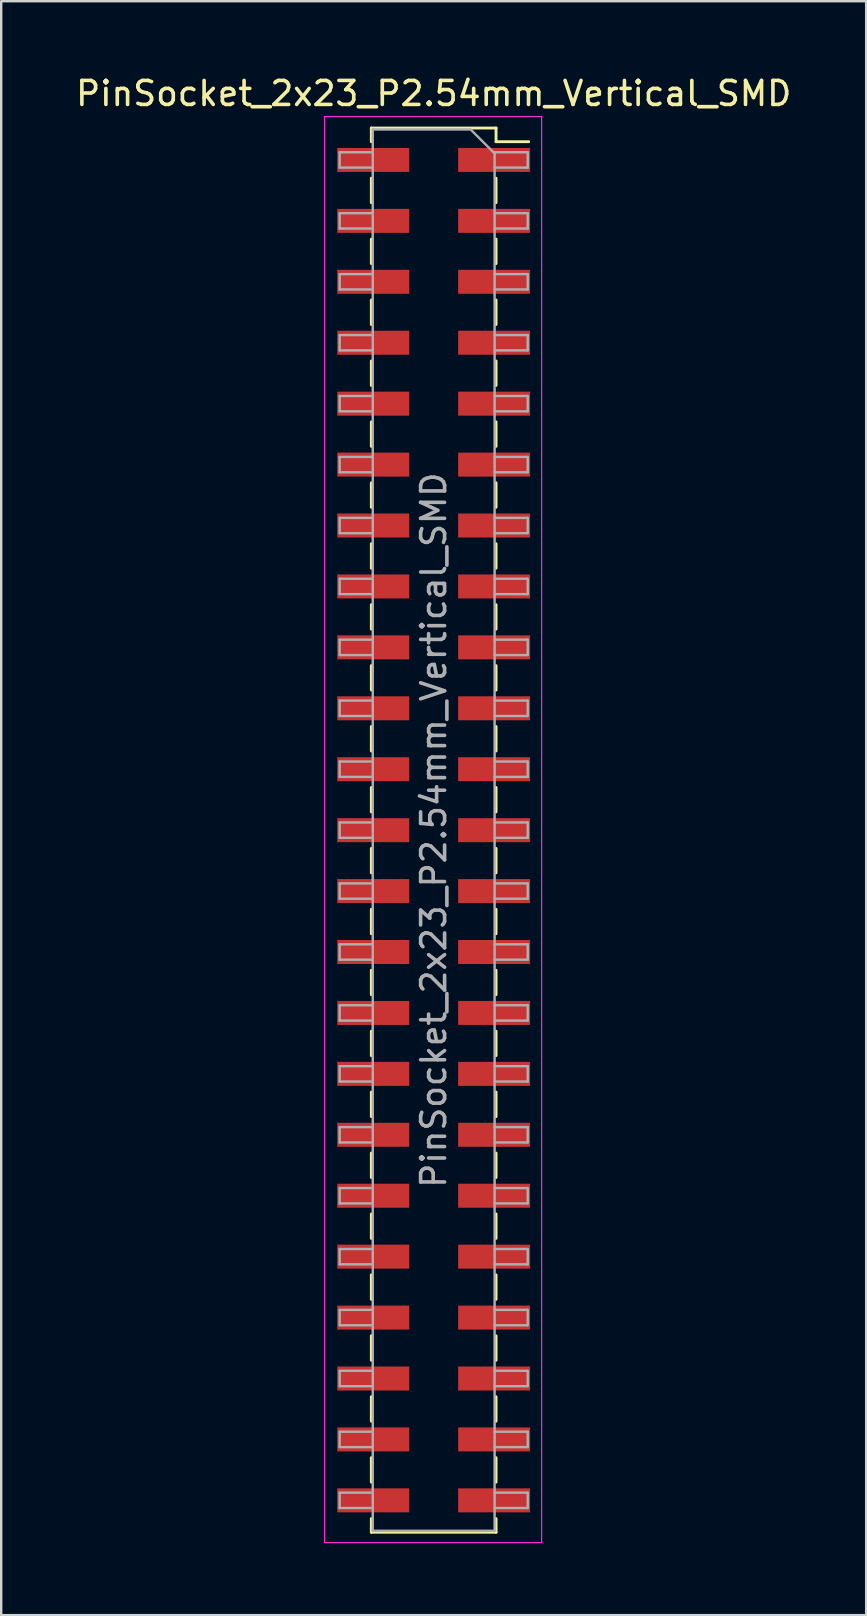
<source format=kicad_pcb>
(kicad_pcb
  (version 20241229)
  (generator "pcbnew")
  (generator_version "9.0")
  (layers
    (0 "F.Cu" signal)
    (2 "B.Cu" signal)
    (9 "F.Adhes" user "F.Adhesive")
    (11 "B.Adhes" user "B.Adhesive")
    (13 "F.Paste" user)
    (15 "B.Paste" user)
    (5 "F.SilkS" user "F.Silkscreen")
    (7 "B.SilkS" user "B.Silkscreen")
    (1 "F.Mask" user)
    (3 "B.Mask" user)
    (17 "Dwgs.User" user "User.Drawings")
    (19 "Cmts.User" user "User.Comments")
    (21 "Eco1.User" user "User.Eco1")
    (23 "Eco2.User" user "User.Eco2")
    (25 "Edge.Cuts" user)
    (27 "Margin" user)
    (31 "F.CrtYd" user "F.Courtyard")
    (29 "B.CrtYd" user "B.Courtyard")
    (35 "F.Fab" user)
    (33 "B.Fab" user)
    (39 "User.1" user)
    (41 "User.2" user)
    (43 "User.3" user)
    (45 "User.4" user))
  (footprint "PinSocket_2x23_P2.54mm_Vertical_SMD"
    (layer "F.Cu")
    (at 15.03 31.558)
    (property "Reference" "PinSocket_2x23_P2.54mm_Vertical_SMD" (at 0 -30.71 0) (layer "F.SilkS") (effects (font (size 1 1) (thickness 0.15))))
    (attr smd)
    (fp_line (start -2.6 -29.27) (end -2.6 -28.7) (stroke (width 0.12) (type solid)) (layer "F.SilkS"))
    (fp_line (start -2.6 -29.27) (end 2.6 -29.27) (stroke (width 0.12) (type solid)) (layer "F.SilkS"))
    (fp_line (start -2.6 -27.18) (end -2.6 -26.16) (stroke (width 0.12) (type solid)) (layer "F.SilkS"))
    (fp_line (start -2.6 -24.64) (end -2.6 -23.62) (stroke (width 0.12) (type solid)) (layer "F.SilkS"))
    (fp_line (start -2.6 -22.1) (end -2.6 -21.08) (stroke (width 0.12) (type solid)) (layer "F.SilkS"))
    (fp_line (start -2.6 -19.56) (end -2.6 -18.54) (stroke (width 0.12) (type solid)) (layer "F.SilkS"))
    (fp_line (start -2.6 -17.02) (end -2.6 -16) (stroke (width 0.12) (type solid)) (layer "F.SilkS"))
    (fp_line (start -2.6 -14.48) (end -2.6 -13.46) (stroke (width 0.12) (type solid)) (layer "F.SilkS"))
    (fp_line (start -2.6 -11.94) (end -2.6 -10.92) (stroke (width 0.12) (type solid)) (layer "F.SilkS"))
    (fp_line (start -2.6 -9.4) (end -2.6 -8.38) (stroke (width 0.12) (type solid)) (layer "F.SilkS"))
    (fp_line (start -2.6 -6.86) (end -2.6 -5.84) (stroke (width 0.12) (type solid)) (layer "F.SilkS"))
    (fp_line (start -2.6 -4.32) (end -2.6 -3.3) (stroke (width 0.12) (type solid)) (layer "F.SilkS"))
    (fp_line (start -2.6 -1.78) (end -2.6 -0.76) (stroke (width 0.12) (type solid)) (layer "F.SilkS"))
    (fp_line (start -2.6 0.76) (end -2.6 1.78) (stroke (width 0.12) (type solid)) (layer "F.SilkS"))
    (fp_line (start -2.6 3.3) (end -2.6 4.32) (stroke (width 0.12) (type solid)) (layer "F.SilkS"))
    (fp_line (start -2.6 5.84) (end -2.6 6.86) (stroke (width 0.12) (type solid)) (layer "F.SilkS"))
    (fp_line (start -2.6 8.38) (end -2.6 9.4) (stroke (width 0.12) (type solid)) (layer "F.SilkS"))
    (fp_line (start -2.6 10.92) (end -2.6 11.94) (stroke (width 0.12) (type solid)) (layer "F.SilkS"))
    (fp_line (start -2.6 13.46) (end -2.6 14.48) (stroke (width 0.12) (type solid)) (layer "F.SilkS"))
    (fp_line (start -2.6 16) (end -2.6 17.02) (stroke (width 0.12) (type solid)) (layer "F.SilkS"))
    (fp_line (start -2.6 18.54) (end -2.6 19.56) (stroke (width 0.12) (type solid)) (layer "F.SilkS"))
    (fp_line (start -2.6 21.08) (end -2.6 22.1) (stroke (width 0.12) (type solid)) (layer "F.SilkS"))
    (fp_line (start -2.6 23.62) (end -2.6 24.64) (stroke (width 0.12) (type solid)) (layer "F.SilkS"))
    (fp_line (start -2.6 26.16) (end -2.6 27.18) (stroke (width 0.12) (type solid)) (layer "F.SilkS"))
    (fp_line (start -2.6 28.7) (end -2.6 29.27) (stroke (width 0.12) (type solid)) (layer "F.SilkS"))
    (fp_line (start -2.6 29.27) (end 2.6 29.27) (stroke (width 0.12) (type solid)) (layer "F.SilkS"))
    (fp_line (start 2.6 -29.27) (end 2.6 -28.7) (stroke (width 0.12) (type solid)) (layer "F.SilkS"))
    (fp_line (start 2.6 -28.7) (end 3.96 -28.7) (stroke (width 0.12) (type solid)) (layer "F.SilkS"))
    (fp_line (start 2.6 -27.18) (end 2.6 -26.16) (stroke (width 0.12) (type solid)) (layer "F.SilkS"))
    (fp_line (start 2.6 -24.64) (end 2.6 -23.62) (stroke (width 0.12) (type solid)) (layer "F.SilkS"))
    (fp_line (start 2.6 -22.1) (end 2.6 -21.08) (stroke (width 0.12) (type solid)) (layer "F.SilkS"))
    (fp_line (start 2.6 -19.56) (end 2.6 -18.54) (stroke (width 0.12) (type solid)) (layer "F.SilkS"))
    (fp_line (start 2.6 -17.02) (end 2.6 -16) (stroke (width 0.12) (type solid)) (layer "F.SilkS"))
    (fp_line (start 2.6 -14.48) (end 2.6 -13.46) (stroke (width 0.12) (type solid)) (layer "F.SilkS"))
    (fp_line (start 2.6 -11.94) (end 2.6 -10.92) (stroke (width 0.12) (type solid)) (layer "F.SilkS"))
    (fp_line (start 2.6 -9.4) (end 2.6 -8.38) (stroke (width 0.12) (type solid)) (layer "F.SilkS"))
    (fp_line (start 2.6 -6.86) (end 2.6 -5.84) (stroke (width 0.12) (type solid)) (layer "F.SilkS"))
    (fp_line (start 2.6 -4.32) (end 2.6 -3.3) (stroke (width 0.12) (type solid)) (layer "F.SilkS"))
    (fp_line (start 2.6 -1.78) (end 2.6 -0.76) (stroke (width 0.12) (type solid)) (layer "F.SilkS"))
    (fp_line (start 2.6 0.76) (end 2.6 1.78) (stroke (width 0.12) (type solid)) (layer "F.SilkS"))
    (fp_line (start 2.6 3.3) (end 2.6 4.32) (stroke (width 0.12) (type solid)) (layer "F.SilkS"))
    (fp_line (start 2.6 5.84) (end 2.6 6.86) (stroke (width 0.12) (type solid)) (layer "F.SilkS"))
    (fp_line (start 2.6 8.38) (end 2.6 9.4) (stroke (width 0.12) (type solid)) (layer "F.SilkS"))
    (fp_line (start 2.6 10.92) (end 2.6 11.94) (stroke (width 0.12) (type solid)) (layer "F.SilkS"))
    (fp_line (start 2.6 13.46) (end 2.6 14.48) (stroke (width 0.12) (type solid)) (layer "F.SilkS"))
    (fp_line (start 2.6 16) (end 2.6 17.02) (stroke (width 0.12) (type solid)) (layer "F.SilkS"))
    (fp_line (start 2.6 18.54) (end 2.6 19.56) (stroke (width 0.12) (type solid)) (layer "F.SilkS"))
    (fp_line (start 2.6 21.08) (end 2.6 22.1) (stroke (width 0.12) (type solid)) (layer "F.SilkS"))
    (fp_line (start 2.6 23.62) (end 2.6 24.64) (stroke (width 0.12) (type solid)) (layer "F.SilkS"))
    (fp_line (start 2.6 26.16) (end 2.6 27.18) (stroke (width 0.12) (type solid)) (layer "F.SilkS"))
    (fp_line (start 2.6 28.7) (end 2.6 29.27) (stroke (width 0.12) (type solid)) (layer "F.SilkS"))
    (fp_line (start -4.55 -29.75) (end 4.5 -29.75) (stroke (width 0.05) (type solid)) (layer "F.CrtYd"))
    (fp_line (start -4.55 29.7) (end -4.55 -29.75) (stroke (width 0.05) (type solid)) (layer "F.CrtYd"))
    (fp_line (start 4.5 -29.75) (end 4.5 29.7) (stroke (width 0.05) (type solid)) (layer "F.CrtYd"))
    (fp_line (start 4.5 29.7) (end -4.55 29.7) (stroke (width 0.05) (type solid)) (layer "F.CrtYd"))
    (fp_line (start -3.92 -28.26) (end -2.54 -28.26) (stroke (width 0.1) (type solid)) (layer "F.Fab"))
    (fp_line (start -3.92 -27.62) (end -3.92 -28.26) (stroke (width 0.1) (type solid)) (layer "F.Fab"))
    (fp_line (start -3.92 -25.72) (end -2.54 -25.72) (stroke (width 0.1) (type solid)) (layer "F.Fab"))
    (fp_line (start -3.92 -25.08) (end -3.92 -25.72) (stroke (width 0.1) (type solid)) (layer "F.Fab"))
    (fp_line (start -3.92 -23.18) (end -2.54 -23.18) (stroke (width 0.1) (type solid)) (layer "F.Fab"))
    (fp_line (start -3.92 -22.54) (end -3.92 -23.18) (stroke (width 0.1) (type solid)) (layer "F.Fab"))
    (fp_line (start -3.92 -20.64) (end -2.54 -20.64) (stroke (width 0.1) (type solid)) (layer "F.Fab"))
    (fp_line (start -3.92 -20) (end -3.92 -20.64) (stroke (width 0.1) (type solid)) (layer "F.Fab"))
    (fp_line (start -3.92 -18.1) (end -2.54 -18.1) (stroke (width 0.1) (type solid)) (layer "F.Fab"))
    (fp_line (start -3.92 -17.46) (end -3.92 -18.1) (stroke (width 0.1) (type solid)) (layer "F.Fab"))
    (fp_line (start -3.92 -15.56) (end -2.54 -15.56) (stroke (width 0.1) (type solid)) (layer "F.Fab"))
    (fp_line (start -3.92 -14.92) (end -3.92 -15.56) (stroke (width 0.1) (type solid)) (layer "F.Fab"))
    (fp_line (start -3.92 -13.02) (end -2.54 -13.02) (stroke (width 0.1) (type solid)) (layer "F.Fab"))
    (fp_line (start -3.92 -12.38) (end -3.92 -13.02) (stroke (width 0.1) (type solid)) (layer "F.Fab"))
    (fp_line (start -3.92 -10.48) (end -2.54 -10.48) (stroke (width 0.1) (type solid)) (layer "F.Fab"))
    (fp_line (start -3.92 -9.84) (end -3.92 -10.48) (stroke (width 0.1) (type solid)) (layer "F.Fab"))
    (fp_line (start -3.92 -7.94) (end -2.54 -7.94) (stroke (width 0.1) (type solid)) (layer "F.Fab"))
    (fp_line (start -3.92 -7.3) (end -3.92 -7.94) (stroke (width 0.1) (type solid)) (layer "F.Fab"))
    (fp_line (start -3.92 -5.4) (end -2.54 -5.4) (stroke (width 0.1) (type solid)) (layer "F.Fab"))
    (fp_line (start -3.92 -4.76) (end -3.92 -5.4) (stroke (width 0.1) (type solid)) (layer "F.Fab"))
    (fp_line (start -3.92 -2.86) (end -2.54 -2.86) (stroke (width 0.1) (type solid)) (layer "F.Fab"))
    (fp_line (start -3.92 -2.22) (end -3.92 -2.86) (stroke (width 0.1) (type solid)) (layer "F.Fab"))
    (fp_line (start -3.92 -0.32) (end -2.54 -0.32) (stroke (width 0.1) (type solid)) (layer "F.Fab"))
    (fp_line (start -3.92 0.32) (end -3.92 -0.32) (stroke (width 0.1) (type solid)) (layer "F.Fab"))
    (fp_line (start -3.92 2.22) (end -2.54 2.22) (stroke (width 0.1) (type solid)) (layer "F.Fab"))
    (fp_line (start -3.92 2.86) (end -3.92 2.22) (stroke (width 0.1) (type solid)) (layer "F.Fab"))
    (fp_line (start -3.92 4.76) (end -2.54 4.76) (stroke (width 0.1) (type solid)) (layer "F.Fab"))
    (fp_line (start -3.92 5.4) (end -3.92 4.76) (stroke (width 0.1) (type solid)) (layer "F.Fab"))
    (fp_line (start -3.92 7.3) (end -2.54 7.3) (stroke (width 0.1) (type solid)) (layer "F.Fab"))
    (fp_line (start -3.92 7.94) (end -3.92 7.3) (stroke (width 0.1) (type solid)) (layer "F.Fab"))
    (fp_line (start -3.92 9.84) (end -2.54 9.84) (stroke (width 0.1) (type solid)) (layer "F.Fab"))
    (fp_line (start -3.92 10.48) (end -3.92 9.84) (stroke (width 0.1) (type solid)) (layer "F.Fab"))
    (fp_line (start -3.92 12.38) (end -2.54 12.38) (stroke (width 0.1) (type solid)) (layer "F.Fab"))
    (fp_line (start -3.92 13.02) (end -3.92 12.38) (stroke (width 0.1) (type solid)) (layer "F.Fab"))
    (fp_line (start -3.92 14.92) (end -2.54 14.92) (stroke (width 0.1) (type solid)) (layer "F.Fab"))
    (fp_line (start -3.92 15.56) (end -3.92 14.92) (stroke (width 0.1) (type solid)) (layer "F.Fab"))
    (fp_line (start -3.92 17.46) (end -2.54 17.46) (stroke (width 0.1) (type solid)) (layer "F.Fab"))
    (fp_line (start -3.92 18.1) (end -3.92 17.46) (stroke (width 0.1) (type solid)) (layer "F.Fab"))
    (fp_line (start -3.92 20) (end -2.54 20) (stroke (width 0.1) (type solid)) (layer "F.Fab"))
    (fp_line (start -3.92 20.64) (end -3.92 20) (stroke (width 0.1) (type solid)) (layer "F.Fab"))
    (fp_line (start -3.92 22.54) (end -2.54 22.54) (stroke (width 0.1) (type solid)) (layer "F.Fab"))
    (fp_line (start -3.92 23.18) (end -3.92 22.54) (stroke (width 0.1) (type solid)) (layer "F.Fab"))
    (fp_line (start -3.92 25.08) (end -2.54 25.08) (stroke (width 0.1) (type solid)) (layer "F.Fab"))
    (fp_line (start -3.92 25.72) (end -3.92 25.08) (stroke (width 0.1) (type solid)) (layer "F.Fab"))
    (fp_line (start -3.92 27.62) (end -2.54 27.62) (stroke (width 0.1) (type solid)) (layer "F.Fab"))
    (fp_line (start -3.92 28.26) (end -3.92 27.62) (stroke (width 0.1) (type solid)) (layer "F.Fab"))
    (fp_line (start -2.54 -29.21) (end 1.54 -29.21) (stroke (width 0.1) (type solid)) (layer "F.Fab"))
    (fp_line (start -2.54 -27.62) (end -3.92 -27.62) (stroke (width 0.1) (type solid)) (layer "F.Fab"))
    (fp_line (start -2.54 -25.08) (end -3.92 -25.08) (stroke (width 0.1) (type solid)) (layer "F.Fab"))
    (fp_line (start -2.54 -22.54) (end -3.92 -22.54) (stroke (width 0.1) (type solid)) (layer "F.Fab"))
    (fp_line (start -2.54 -20) (end -3.92 -20) (stroke (width 0.1) (type solid)) (layer "F.Fab"))
    (fp_line (start -2.54 -17.46) (end -3.92 -17.46) (stroke (width 0.1) (type solid)) (layer "F.Fab"))
    (fp_line (start -2.54 -14.92) (end -3.92 -14.92) (stroke (width 0.1) (type solid)) (layer "F.Fab"))
    (fp_line (start -2.54 -12.38) (end -3.92 -12.38) (stroke (width 0.1) (type solid)) (layer "F.Fab"))
    (fp_line (start -2.54 -9.84) (end -3.92 -9.84) (stroke (width 0.1) (type solid)) (layer "F.Fab"))
    (fp_line (start -2.54 -7.3) (end -3.92 -7.3) (stroke (width 0.1) (type solid)) (layer "F.Fab"))
    (fp_line (start -2.54 -4.76) (end -3.92 -4.76) (stroke (width 0.1) (type solid)) (layer "F.Fab"))
    (fp_line (start -2.54 -2.22) (end -3.92 -2.22) (stroke (width 0.1) (type solid)) (layer "F.Fab"))
    (fp_line (start -2.54 0.32) (end -3.92 0.32) (stroke (width 0.1) (type solid)) (layer "F.Fab"))
    (fp_line (start -2.54 2.86) (end -3.92 2.86) (stroke (width 0.1) (type solid)) (layer "F.Fab"))
    (fp_line (start -2.54 5.4) (end -3.92 5.4) (stroke (width 0.1) (type solid)) (layer "F.Fab"))
    (fp_line (start -2.54 7.94) (end -3.92 7.94) (stroke (width 0.1) (type solid)) (layer "F.Fab"))
    (fp_line (start -2.54 10.48) (end -3.92 10.48) (stroke (width 0.1) (type solid)) (layer "F.Fab"))
    (fp_line (start -2.54 13.02) (end -3.92 13.02) (stroke (width 0.1) (type solid)) (layer "F.Fab"))
    (fp_line (start -2.54 15.56) (end -3.92 15.56) (stroke (width 0.1) (type solid)) (layer "F.Fab"))
    (fp_line (start -2.54 18.1) (end -3.92 18.1) (stroke (width 0.1) (type solid)) (layer "F.Fab"))
    (fp_line (start -2.54 20.64) (end -3.92 20.64) (stroke (width 0.1) (type solid)) (layer "F.Fab"))
    (fp_line (start -2.54 23.18) (end -3.92 23.18) (stroke (width 0.1) (type solid)) (layer "F.Fab"))
    (fp_line (start -2.54 25.72) (end -3.92 25.72) (stroke (width 0.1) (type solid)) (layer "F.Fab"))
    (fp_line (start -2.54 28.26) (end -3.92 28.26) (stroke (width 0.1) (type solid)) (layer "F.Fab"))
    (fp_line (start -2.54 29.21) (end -2.54 -29.21) (stroke (width 0.1) (type solid)) (layer "F.Fab"))
    (fp_line (start 1.54 -29.21) (end 2.54 -28.21) (stroke (width 0.1) (type solid)) (layer "F.Fab"))
    (fp_line (start 2.54 -28.26) (end 3.92 -28.26) (stroke (width 0.1) (type solid)) (layer "F.Fab"))
    (fp_line (start 2.54 -28.21) (end 2.54 29.21) (stroke (width 0.1) (type solid)) (layer "F.Fab"))
    (fp_line (start 2.54 -25.72) (end 3.92 -25.72) (stroke (width 0.1) (type solid)) (layer "F.Fab"))
    (fp_line (start 2.54 -23.18) (end 3.92 -23.18) (stroke (width 0.1) (type solid)) (layer "F.Fab"))
    (fp_line (start 2.54 -20.64) (end 3.92 -20.64) (stroke (width 0.1) (type solid)) (layer "F.Fab"))
    (fp_line (start 2.54 -18.1) (end 3.92 -18.1) (stroke (width 0.1) (type solid)) (layer "F.Fab"))
    (fp_line (start 2.54 -15.56) (end 3.92 -15.56) (stroke (width 0.1) (type solid)) (layer "F.Fab"))
    (fp_line (start 2.54 -13.02) (end 3.92 -13.02) (stroke (width 0.1) (type solid)) (layer "F.Fab"))
    (fp_line (start 2.54 -10.48) (end 3.92 -10.48) (stroke (width 0.1) (type solid)) (layer "F.Fab"))
    (fp_line (start 2.54 -7.94) (end 3.92 -7.94) (stroke (width 0.1) (type solid)) (layer "F.Fab"))
    (fp_line (start 2.54 -5.4) (end 3.92 -5.4) (stroke (width 0.1) (type solid)) (layer "F.Fab"))
    (fp_line (start 2.54 -2.86) (end 3.92 -2.86) (stroke (width 0.1) (type solid)) (layer "F.Fab"))
    (fp_line (start 2.54 -0.32) (end 3.92 -0.32) (stroke (width 0.1) (type solid)) (layer "F.Fab"))
    (fp_line (start 2.54 2.22) (end 3.92 2.22) (stroke (width 0.1) (type solid)) (layer "F.Fab"))
    (fp_line (start 2.54 4.76) (end 3.92 4.76) (stroke (width 0.1) (type solid)) (layer "F.Fab"))
    (fp_line (start 2.54 7.3) (end 3.92 7.3) (stroke (width 0.1) (type solid)) (layer "F.Fab"))
    (fp_line (start 2.54 9.84) (end 3.92 9.84) (stroke (width 0.1) (type solid)) (layer "F.Fab"))
    (fp_line (start 2.54 12.38) (end 3.92 12.38) (stroke (width 0.1) (type solid)) (layer "F.Fab"))
    (fp_line (start 2.54 14.92) (end 3.92 14.92) (stroke (width 0.1) (type solid)) (layer "F.Fab"))
    (fp_line (start 2.54 17.46) (end 3.92 17.46) (stroke (width 0.1) (type solid)) (layer "F.Fab"))
    (fp_line (start 2.54 20) (end 3.92 20) (stroke (width 0.1) (type solid)) (layer "F.Fab"))
    (fp_line (start 2.54 22.54) (end 3.92 22.54) (stroke (width 0.1) (type solid)) (layer "F.Fab"))
    (fp_line (start 2.54 25.08) (end 3.92 25.08) (stroke (width 0.1) (type solid)) (layer "F.Fab"))
    (fp_line (start 2.54 27.62) (end 3.92 27.62) (stroke (width 0.1) (type solid)) (layer "F.Fab"))
    (fp_line (start 2.54 29.21) (end -2.54 29.21) (stroke (width 0.1) (type solid)) (layer "F.Fab"))
    (fp_line (start 3.92 -28.26) (end 3.92 -27.62) (stroke (width 0.1) (type solid)) (layer "F.Fab"))
    (fp_line (start 3.92 -27.62) (end 2.54 -27.62) (stroke (width 0.1) (type solid)) (layer "F.Fab"))
    (fp_line (start 3.92 -25.72) (end 3.92 -25.08) (stroke (width 0.1) (type solid)) (layer "F.Fab"))
    (fp_line (start 3.92 -25.08) (end 2.54 -25.08) (stroke (width 0.1) (type solid)) (layer "F.Fab"))
    (fp_line (start 3.92 -23.18) (end 3.92 -22.54) (stroke (width 0.1) (type solid)) (layer "F.Fab"))
    (fp_line (start 3.92 -22.54) (end 2.54 -22.54) (stroke (width 0.1) (type solid)) (layer "F.Fab"))
    (fp_line (start 3.92 -20.64) (end 3.92 -20) (stroke (width 0.1) (type solid)) (layer "F.Fab"))
    (fp_line (start 3.92 -20) (end 2.54 -20) (stroke (width 0.1) (type solid)) (layer "F.Fab"))
    (fp_line (start 3.92 -18.1) (end 3.92 -17.46) (stroke (width 0.1) (type solid)) (layer "F.Fab"))
    (fp_line (start 3.92 -17.46) (end 2.54 -17.46) (stroke (width 0.1) (type solid)) (layer "F.Fab"))
    (fp_line (start 3.92 -15.56) (end 3.92 -14.92) (stroke (width 0.1) (type solid)) (layer "F.Fab"))
    (fp_line (start 3.92 -14.92) (end 2.54 -14.92) (stroke (width 0.1) (type solid)) (layer "F.Fab"))
    (fp_line (start 3.92 -13.02) (end 3.92 -12.38) (stroke (width 0.1) (type solid)) (layer "F.Fab"))
    (fp_line (start 3.92 -12.38) (end 2.54 -12.38) (stroke (width 0.1) (type solid)) (layer "F.Fab"))
    (fp_line (start 3.92 -10.48) (end 3.92 -9.84) (stroke (width 0.1) (type solid)) (layer "F.Fab"))
    (fp_line (start 3.92 -9.84) (end 2.54 -9.84) (stroke (width 0.1) (type solid)) (layer "F.Fab"))
    (fp_line (start 3.92 -7.94) (end 3.92 -7.3) (stroke (width 0.1) (type solid)) (layer "F.Fab"))
    (fp_line (start 3.92 -7.3) (end 2.54 -7.3) (stroke (width 0.1) (type solid)) (layer "F.Fab"))
    (fp_line (start 3.92 -5.4) (end 3.92 -4.76) (stroke (width 0.1) (type solid)) (layer "F.Fab"))
    (fp_line (start 3.92 -4.76) (end 2.54 -4.76) (stroke (width 0.1) (type solid)) (layer "F.Fab"))
    (fp_line (start 3.92 -2.86) (end 3.92 -2.22) (stroke (width 0.1) (type solid)) (layer "F.Fab"))
    (fp_line (start 3.92 -2.22) (end 2.54 -2.22) (stroke (width 0.1) (type solid)) (layer "F.Fab"))
    (fp_line (start 3.92 -0.32) (end 3.92 0.32) (stroke (width 0.1) (type solid)) (layer "F.Fab"))
    (fp_line (start 3.92 0.32) (end 2.54 0.32) (stroke (width 0.1) (type solid)) (layer "F.Fab"))
    (fp_line (start 3.92 2.22) (end 3.92 2.86) (stroke (width 0.1) (type solid)) (layer "F.Fab"))
    (fp_line (start 3.92 2.86) (end 2.54 2.86) (stroke (width 0.1) (type solid)) (layer "F.Fab"))
    (fp_line (start 3.92 4.76) (end 3.92 5.4) (stroke (width 0.1) (type solid)) (layer "F.Fab"))
    (fp_line (start 3.92 5.4) (end 2.54 5.4) (stroke (width 0.1) (type solid)) (layer "F.Fab"))
    (fp_line (start 3.92 7.3) (end 3.92 7.94) (stroke (width 0.1) (type solid)) (layer "F.Fab"))
    (fp_line (start 3.92 7.94) (end 2.54 7.94) (stroke (width 0.1) (type solid)) (layer "F.Fab"))
    (fp_line (start 3.92 9.84) (end 3.92 10.48) (stroke (width 0.1) (type solid)) (layer "F.Fab"))
    (fp_line (start 3.92 10.48) (end 2.54 10.48) (stroke (width 0.1) (type solid)) (layer "F.Fab"))
    (fp_line (start 3.92 12.38) (end 3.92 13.02) (stroke (width 0.1) (type solid)) (layer "F.Fab"))
    (fp_line (start 3.92 13.02) (end 2.54 13.02) (stroke (width 0.1) (type solid)) (layer "F.Fab"))
    (fp_line (start 3.92 14.92) (end 3.92 15.56) (stroke (width 0.1) (type solid)) (layer "F.Fab"))
    (fp_line (start 3.92 15.56) (end 2.54 15.56) (stroke (width 0.1) (type solid)) (layer "F.Fab"))
    (fp_line (start 3.92 17.46) (end 3.92 18.1) (stroke (width 0.1) (type solid)) (layer "F.Fab"))
    (fp_line (start 3.92 18.1) (end 2.54 18.1) (stroke (width 0.1) (type solid)) (layer "F.Fab"))
    (fp_line (start 3.92 20) (end 3.92 20.64) (stroke (width 0.1) (type solid)) (layer "F.Fab"))
    (fp_line (start 3.92 20.64) (end 2.54 20.64) (stroke (width 0.1) (type solid)) (layer "F.Fab"))
    (fp_line (start 3.92 22.54) (end 3.92 23.18) (stroke (width 0.1) (type solid)) (layer "F.Fab"))
    (fp_line (start 3.92 23.18) (end 2.54 23.18) (stroke (width 0.1) (type solid)) (layer "F.Fab"))
    (fp_line (start 3.92 25.08) (end 3.92 25.72) (stroke (width 0.1) (type solid)) (layer "F.Fab"))
    (fp_line (start 3.92 25.72) (end 2.54 25.72) (stroke (width 0.1) (type solid)) (layer "F.Fab"))
    (fp_line (start 3.92 27.62) (end 3.92 28.26) (stroke (width 0.1) (type solid)) (layer "F.Fab"))
    (fp_line (start 3.92 28.26) (end 2.54 28.26) (stroke (width 0.1) (type solid)) (layer "F.Fab"))
    (fp_text user "${REFERENCE}" (at 0 0 90) (layer "F.Fab") (effects (font (size 1 1) (thickness 0.15))))
    (pad "1" smd rect (at 2.52 -27.94) (size 3 1) (layers "F.Cu" "F.Mask" "F.Paste"))
    (pad "2" smd rect (at -2.52 -27.94) (size 3 1) (layers "F.Cu" "F.Mask" "F.Paste"))
    (pad "3" smd rect (at 2.52 -25.4) (size 3 1) (layers "F.Cu" "F.Mask" "F.Paste"))
    (pad "4" smd rect (at -2.52 -25.4) (size 3 1) (layers "F.Cu" "F.Mask" "F.Paste"))
    (pad "5" smd rect (at 2.52 -22.86) (size 3 1) (layers "F.Cu" "F.Mask" "F.Paste"))
    (pad "6" smd rect (at -2.52 -22.86) (size 3 1) (layers "F.Cu" "F.Mask" "F.Paste"))
    (pad "7" smd rect (at 2.52 -20.32) (size 3 1) (layers "F.Cu" "F.Mask" "F.Paste"))
    (pad "8" smd rect (at -2.52 -20.32) (size 3 1) (layers "F.Cu" "F.Mask" "F.Paste"))
    (pad "9" smd rect (at 2.52 -17.78) (size 3 1) (layers "F.Cu" "F.Mask" "F.Paste"))
    (pad "10" smd rect (at -2.52 -17.78) (size 3 1) (layers "F.Cu" "F.Mask" "F.Paste"))
    (pad "11" smd rect (at 2.52 -15.24) (size 3 1) (layers "F.Cu" "F.Mask" "F.Paste"))
    (pad "12" smd rect (at -2.52 -15.24) (size 3 1) (layers "F.Cu" "F.Mask" "F.Paste"))
    (pad "13" smd rect (at 2.52 -12.7) (size 3 1) (layers "F.Cu" "F.Mask" "F.Paste"))
    (pad "14" smd rect (at -2.52 -12.7) (size 3 1) (layers "F.Cu" "F.Mask" "F.Paste"))
    (pad "15" smd rect (at 2.52 -10.16) (size 3 1) (layers "F.Cu" "F.Mask" "F.Paste"))
    (pad "16" smd rect (at -2.52 -10.16) (size 3 1) (layers "F.Cu" "F.Mask" "F.Paste"))
    (pad "17" smd rect (at 2.52 -7.62) (size 3 1) (layers "F.Cu" "F.Mask" "F.Paste"))
    (pad "18" smd rect (at -2.52 -7.62) (size 3 1) (layers "F.Cu" "F.Mask" "F.Paste"))
    (pad "19" smd rect (at 2.52 -5.08) (size 3 1) (layers "F.Cu" "F.Mask" "F.Paste"))
    (pad "20" smd rect (at -2.52 -5.08) (size 3 1) (layers "F.Cu" "F.Mask" "F.Paste"))
    (pad "21" smd rect (at 2.52 -2.54) (size 3 1) (layers "F.Cu" "F.Mask" "F.Paste"))
    (pad "22" smd rect (at -2.52 -2.54) (size 3 1) (layers "F.Cu" "F.Mask" "F.Paste"))
    (pad "23" smd rect (at 2.52 0) (size 3 1) (layers "F.Cu" "F.Mask" "F.Paste"))
    (pad "24" smd rect (at -2.52 0) (size 3 1) (layers "F.Cu" "F.Mask" "F.Paste"))
    (pad "25" smd rect (at 2.52 2.54) (size 3 1) (layers "F.Cu" "F.Mask" "F.Paste"))
    (pad "26" smd rect (at -2.52 2.54) (size 3 1) (layers "F.Cu" "F.Mask" "F.Paste"))
    (pad "27" smd rect (at 2.52 5.08) (size 3 1) (layers "F.Cu" "F.Mask" "F.Paste"))
    (pad "28" smd rect (at -2.52 5.08) (size 3 1) (layers "F.Cu" "F.Mask" "F.Paste"))
    (pad "29" smd rect (at 2.52 7.62) (size 3 1) (layers "F.Cu" "F.Mask" "F.Paste"))
    (pad "30" smd rect (at -2.52 7.62) (size 3 1) (layers "F.Cu" "F.Mask" "F.Paste"))
    (pad "31" smd rect (at 2.52 10.16) (size 3 1) (layers "F.Cu" "F.Mask" "F.Paste"))
    (pad "32" smd rect (at -2.52 10.16) (size 3 1) (layers "F.Cu" "F.Mask" "F.Paste"))
    (pad "33" smd rect (at 2.52 12.7) (size 3 1) (layers "F.Cu" "F.Mask" "F.Paste"))
    (pad "34" smd rect (at -2.52 12.7) (size 3 1) (layers "F.Cu" "F.Mask" "F.Paste"))
    (pad "35" smd rect (at 2.52 15.24) (size 3 1) (layers "F.Cu" "F.Mask" "F.Paste"))
    (pad "36" smd rect (at -2.52 15.24) (size 3 1) (layers "F.Cu" "F.Mask" "F.Paste"))
    (pad "37" smd rect (at 2.52 17.78) (size 3 1) (layers "F.Cu" "F.Mask" "F.Paste"))
    (pad "38" smd rect (at -2.52 17.78) (size 3 1) (layers "F.Cu" "F.Mask" "F.Paste"))
    (pad "39" smd rect (at 2.52 20.32) (size 3 1) (layers "F.Cu" "F.Mask" "F.Paste"))
    (pad "40" smd rect (at -2.52 20.32) (size 3 1) (layers "F.Cu" "F.Mask" "F.Paste"))
    (pad "41" smd rect (at 2.52 22.86) (size 3 1) (layers "F.Cu" "F.Mask" "F.Paste"))
    (pad "42" smd rect (at -2.52 22.86) (size 3 1) (layers "F.Cu" "F.Mask" "F.Paste"))
    (pad "43" smd rect (at 2.52 25.4) (size 3 1) (layers "F.Cu" "F.Mask" "F.Paste"))
    (pad "44" smd rect (at -2.52 25.4) (size 3 1) (layers "F.Cu" "F.Mask" "F.Paste"))
    (pad "45" smd rect (at 2.52 27.94) (size 3 1) (layers "F.Cu" "F.Mask" "F.Paste"))
    (pad "46" smd rect (at -2.52 27.94) (size 3 1) (layers "F.Cu" "F.Mask" "F.Paste")))
  (gr_rect
    (start -3 -3)
    (end 33.06 64.283)
    (stroke (width 0.1) (type default))
    (fill no)
    (layer "Edge.Cuts")))
</source>
